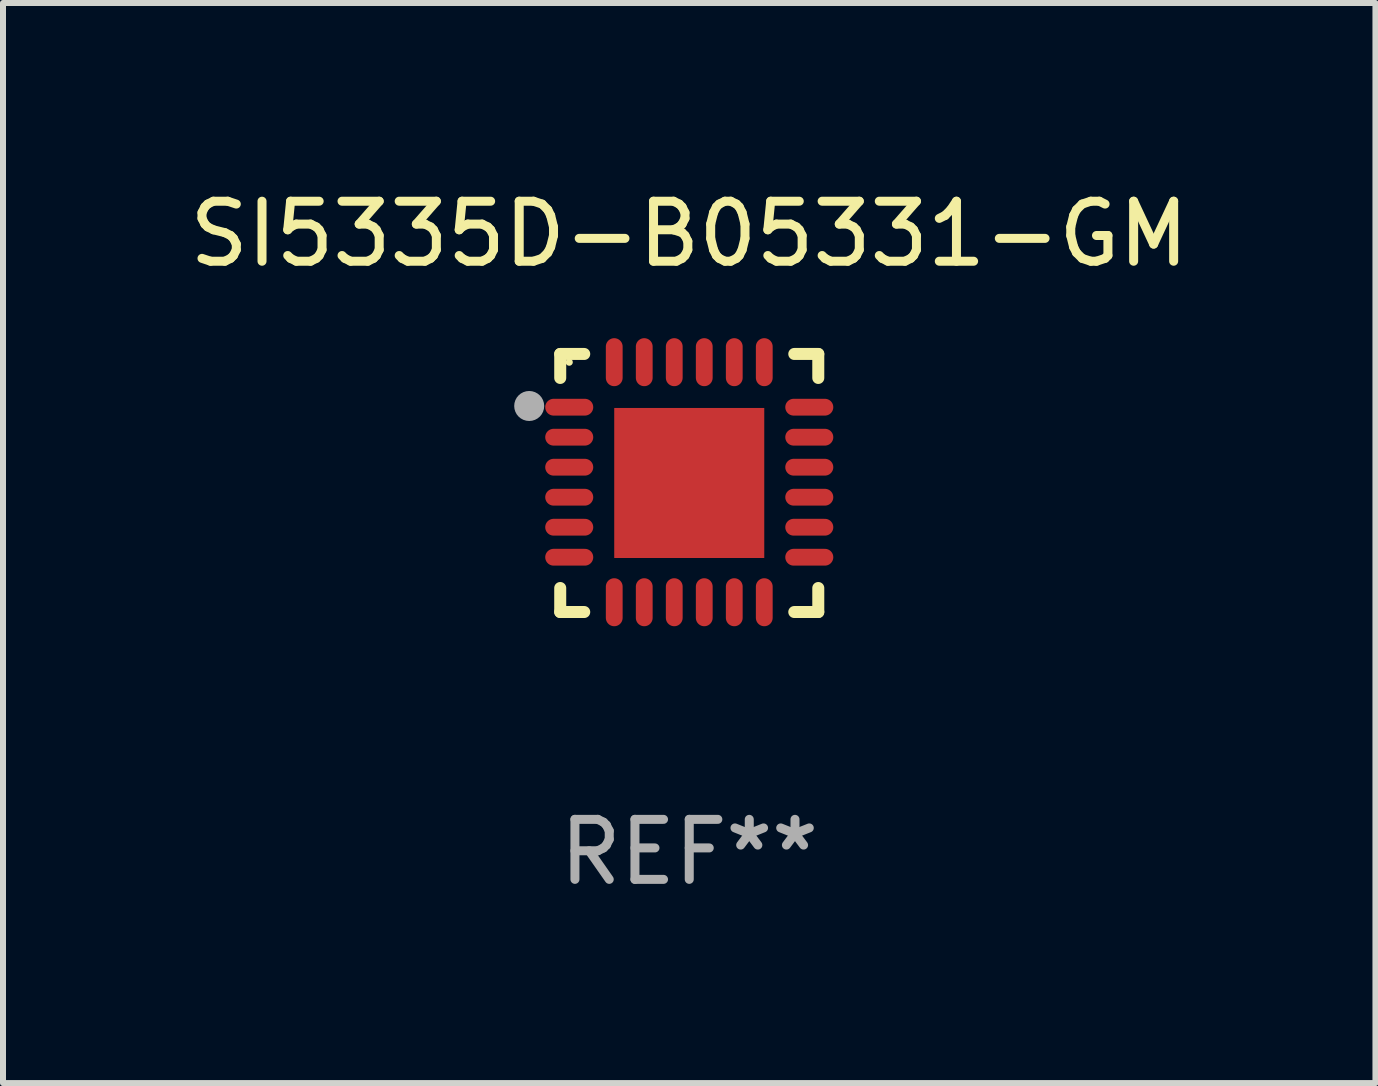
<source format=kicad_pcb>
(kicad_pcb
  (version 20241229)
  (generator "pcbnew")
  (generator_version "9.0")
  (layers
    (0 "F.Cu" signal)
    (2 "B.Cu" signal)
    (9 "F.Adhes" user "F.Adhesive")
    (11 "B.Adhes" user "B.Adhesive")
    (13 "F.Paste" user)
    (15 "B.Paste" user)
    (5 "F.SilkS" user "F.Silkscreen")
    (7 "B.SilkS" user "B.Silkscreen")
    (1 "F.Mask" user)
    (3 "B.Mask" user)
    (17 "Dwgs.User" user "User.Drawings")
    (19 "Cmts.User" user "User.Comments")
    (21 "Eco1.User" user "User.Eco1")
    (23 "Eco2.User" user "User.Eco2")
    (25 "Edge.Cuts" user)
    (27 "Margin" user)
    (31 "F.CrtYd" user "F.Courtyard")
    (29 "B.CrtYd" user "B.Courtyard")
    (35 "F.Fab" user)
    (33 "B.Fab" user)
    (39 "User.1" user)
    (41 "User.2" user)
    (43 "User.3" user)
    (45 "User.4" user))
  (footprint "SI5335D-B05331-GM"
    (layer "F.Cu")
    (at 8.435 4.998)
    (property "Reference" "SI5335D-B05331-GM" (at 0 -4.15 0) (layer "F.SilkS") (effects (font (size 1 1) (thickness 0.15))))
    (attr through_hole)
    (fp_line (start -2.15 -2.15) (end -1.75 -2.15) (stroke (width 0.2) (type solid)) (layer "F.SilkS"))
    (fp_line (start -2.15 -1.75) (end -2.15 -2.15) (stroke (width 0.2) (type solid)) (layer "F.SilkS"))
    (fp_line (start -2.15 2.15) (end -2.15 1.75) (stroke (width 0.2) (type solid)) (layer "F.SilkS"))
    (fp_line (start -1.75 2.15) (end -2.15 2.15) (stroke (width 0.2) (type solid)) (layer "F.SilkS"))
    (fp_line (start 1.75 -2.15) (end 2.15 -2.15) (stroke (width 0.2) (type solid)) (layer "F.SilkS"))
    (fp_line (start 1.75 2.15) (end 2.15 2.15) (stroke (width 0.2) (type solid)) (layer "F.SilkS"))
    (fp_line (start 2.15 -2.15) (end 2.15 -1.75) (stroke (width 0.2) (type solid)) (layer "F.SilkS"))
    (fp_line (start 2.15 2.15) (end 2.15 1.75) (stroke (width 0.2) (type solid)) (layer "F.SilkS"))
    (fp_circle (center -2 -2.013) (end -1.97 -2.013) (stroke (width 0.06) (type solid)) (fill no) (layer "F.SilkS"))
    (fp_circle (center -2.667 -1.283) (end -2.542 -1.283) (stroke (width 0.25) (type solid)) (fill no) (layer "F.Fab"))
    (fp_text user "REF**" (at 0 6.15 0) (layer "F.Fab") (effects (font (size 1 1) (thickness 0.15))))
    (pad "1" smd oval (at -2 -1.263) (size 0.8 0.28) (layers "F.Cu" "F.Mask" "F.Paste"))
    (pad "2" smd oval (at -2 -0.763) (size 0.8 0.28) (layers "F.Cu" "F.Mask" "F.Paste"))
    (pad "3" smd oval (at -2 -0.263) (size 0.8 0.28) (layers "F.Cu" "F.Mask" "F.Paste"))
    (pad "4" smd oval (at -2 0.237) (size 0.8 0.28) (layers "F.Cu" "F.Mask" "F.Paste"))
    (pad "5" smd oval (at -2 0.737) (size 0.8 0.28) (layers "F.Cu" "F.Mask" "F.Paste"))
    (pad "6" smd oval (at -2 1.237) (size 0.8 0.28) (layers "F.Cu" "F.Mask" "F.Paste"))
    (pad "7" smd oval (at -1.25 1.987) (size 0.28 0.8) (layers "F.Cu" "F.Mask" "F.Paste"))
    (pad "8" smd oval (at -0.75 1.987) (size 0.28 0.8) (layers "F.Cu" "F.Mask" "F.Paste"))
    (pad "9" smd oval (at -0.25 1.987) (size 0.28 0.8) (layers "F.Cu" "F.Mask" "F.Paste"))
    (pad "10" smd oval (at 0.25 1.987) (size 0.28 0.8) (layers "F.Cu" "F.Mask" "F.Paste"))
    (pad "11" smd oval (at 0.75 1.987) (size 0.28 0.8) (layers "F.Cu" "F.Mask" "F.Paste"))
    (pad "12" smd oval (at 1.25 1.987) (size 0.28 0.8) (layers "F.Cu" "F.Mask" "F.Paste"))
    (pad "13" smd oval (at 2 1.237) (size 0.8 0.28) (layers "F.Cu" "F.Mask" "F.Paste"))
    (pad "14" smd oval (at 2 0.737) (size 0.8 0.28) (layers "F.Cu" "F.Mask" "F.Paste"))
    (pad "15" smd oval (at 2 0.237) (size 0.8 0.28) (layers "F.Cu" "F.Mask" "F.Paste"))
    (pad "16" smd oval (at 2 -0.263) (size 0.8 0.28) (layers "F.Cu" "F.Mask" "F.Paste"))
    (pad "17" smd oval (at 2 -0.763) (size 0.8 0.28) (layers "F.Cu" "F.Mask" "F.Paste"))
    (pad "18" smd oval (at 2 -1.263) (size 0.8 0.28) (layers "F.Cu" "F.Mask" "F.Paste"))
    (pad "19" smd oval (at 1.25 -2.013) (size 0.28 0.8) (layers "F.Cu" "F.Mask" "F.Paste"))
    (pad "20" smd oval (at 0.75 -2.013) (size 0.28 0.8) (layers "F.Cu" "F.Mask" "F.Paste"))
    (pad "21" smd oval (at 0.25 -2.013) (size 0.28 0.8) (layers "F.Cu" "F.Mask" "F.Paste"))
    (pad "22" smd oval (at -0.25 -2.013) (size 0.28 0.8) (layers "F.Cu" "F.Mask" "F.Paste"))
    (pad "23" smd oval (at -0.75 -2.013) (size 0.28 0.8) (layers "F.Cu" "F.Mask" "F.Paste"))
    (pad "24" smd oval (at -1.25 -2.013) (size 0.28 0.8) (layers "F.Cu" "F.Mask" "F.Paste"))
    (pad "25" smd rect (at -0.000127 -0.00014) (size 2.5 2.5) (layers "F.Cu" "F.Mask" "F.Paste")))
  (gr_rect
    (start -3 -3)
    (end 19.869 14.997)
    (stroke (width 0.1) (type default))
    (fill no)
    (layer "Edge.Cuts")))
</source>
